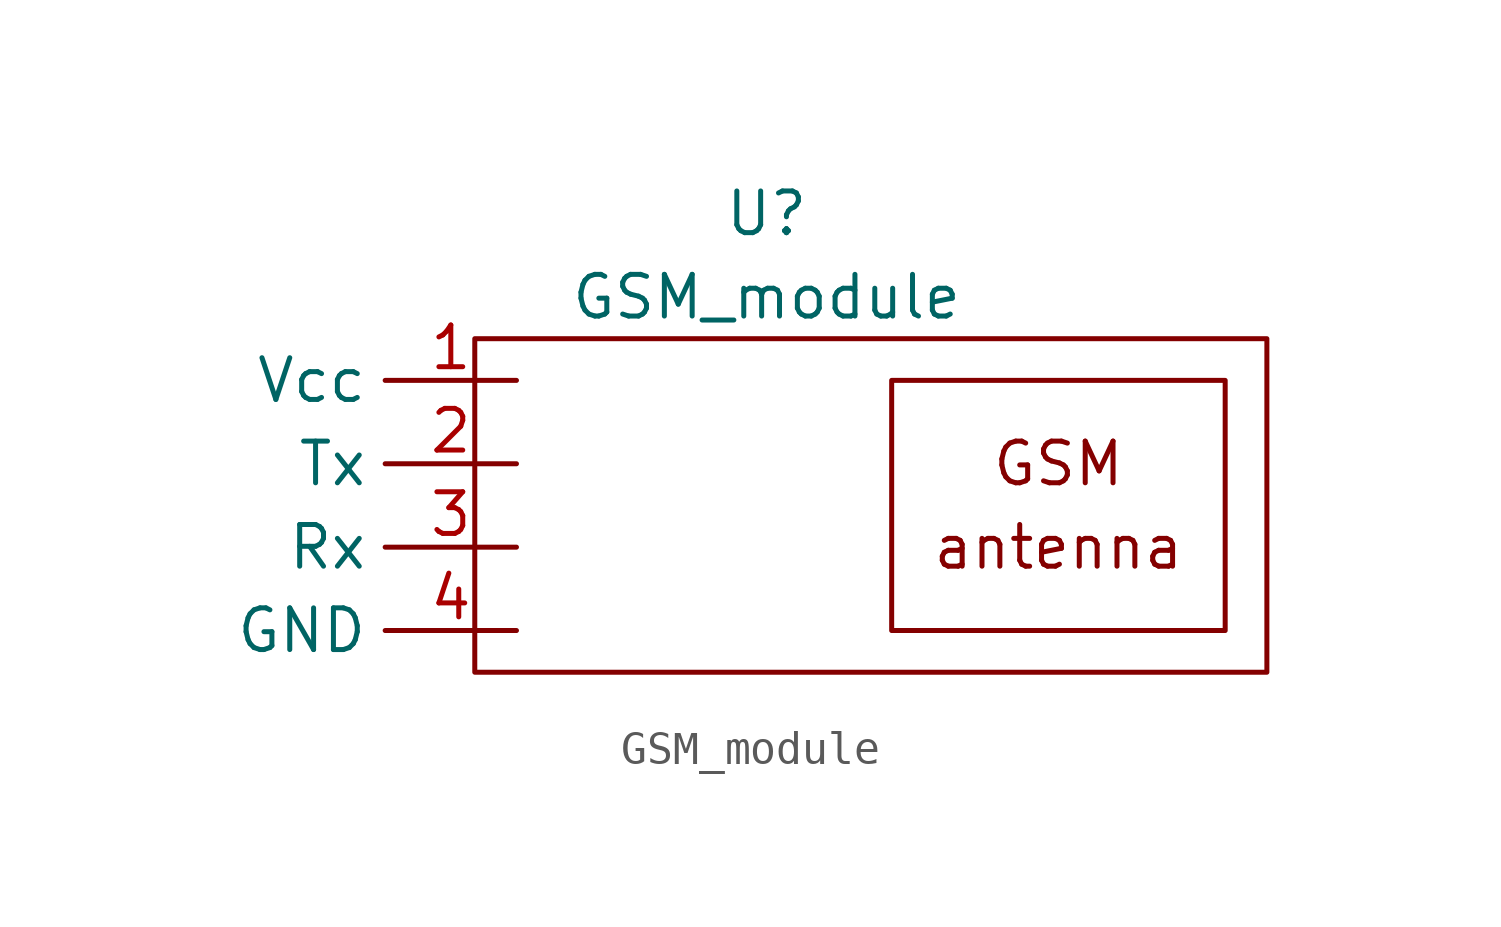
<source format=kicad_sym>
(kicad_symbol_lib
  (version 20211014)
  (generator kicad_symbol_editor)
  (symbol "GSM_module"
    (property "Reference" "U"
      (at 0 3.81 0)
      (effects (font (size 1.27 1.27))))
    (property "Value" "GSM_module"
      (at 0 1.27 0)
      (effects (font (size 1.27 1.27))))
    (symbol "GSM_module_0_0"
      (text "antenna" (at 8.89 -6.35 0) (effects (font (size 1.27 1.27))))
      (text "GSM" (at 8.89 -3.81 0) (effects (font (size 1.27 1.27)))))
    (symbol "GSM_module_0_1"
      (rectangle (start -8.89 0) (end 15.24 -10.16) (stroke (width 0) (type default) (color 0 0 0 0)) (fill (type none)))
      (rectangle (start 3.81 -1.27) (end 13.97 -8.89) (stroke (width 0) (type default) (color 0 0 0 0)) (fill (type none))))
    (symbol "GSM_module_1_1"
      (pin power_in line (at -7.62 -1.27 180) (length 4) (name "Vcc" (effects (font (size 1.27 1.27)))) (number "1" (effects (font (size 1.27 1.27)))))
      (pin output line (at -7.62 -3.81 180) (length 4) (name "Tx" (effects (font (size 1.27 1.27)))) (number "2" (effects (font (size 1.27 1.27)))))
      (pin input line (at -7.62 -6.35 180) (length 4) (name "Rx" (effects (font (size 1.27 1.27)))) (number "3" (effects (font (size 1.27 1.27)))))
      (pin input line (at -7.62 -8.89 180) (length 4) (name "GND" (effects (font (size 1.27 1.27)))) (number "4" (effects (font (size 1.27 1.27))))))))
</source>
